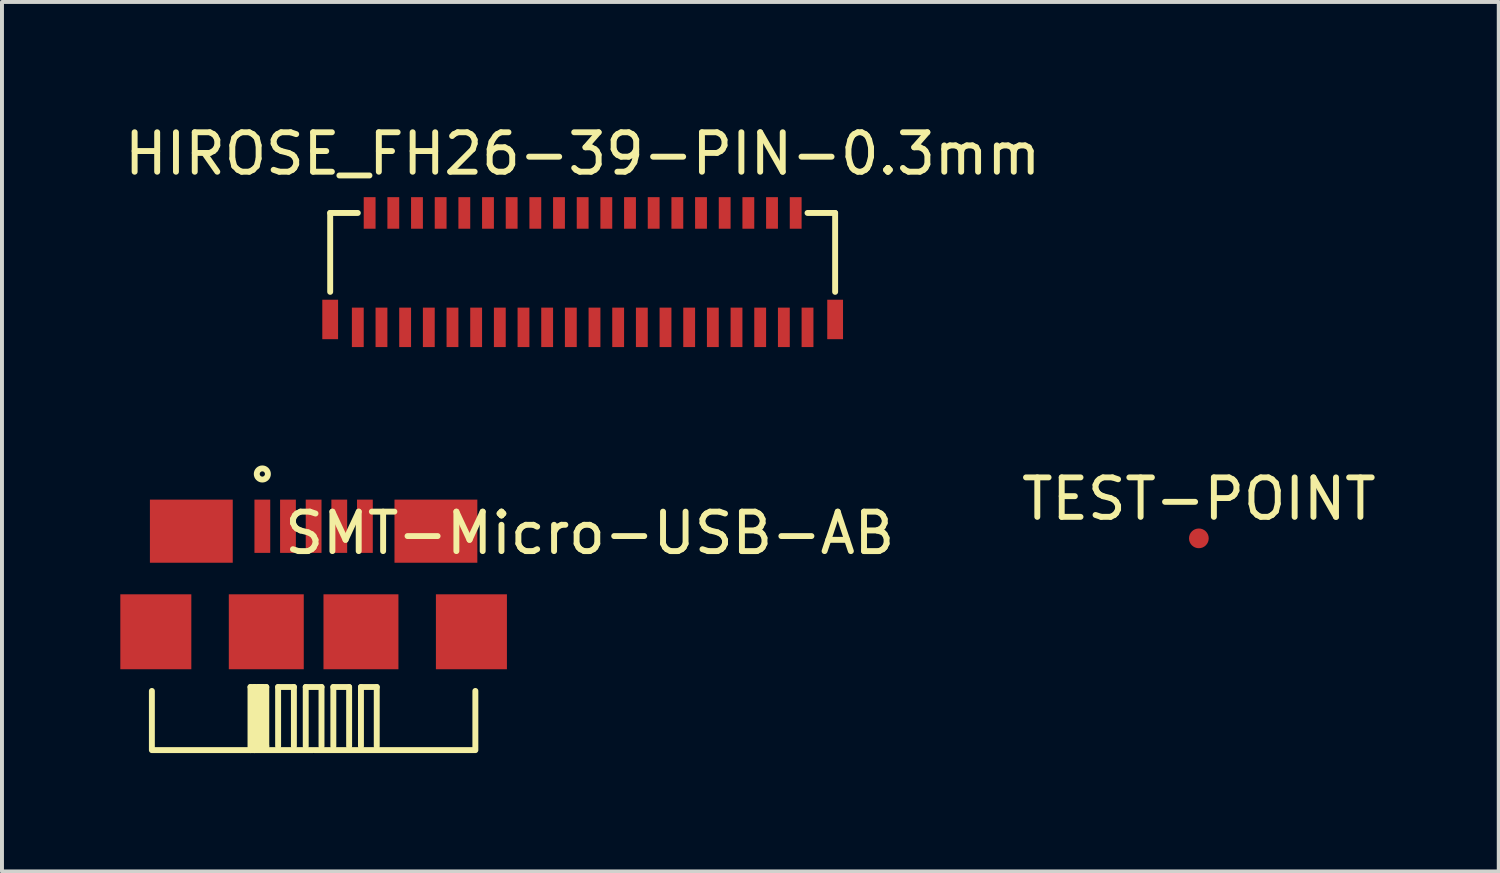
<source format=kicad_pcb>
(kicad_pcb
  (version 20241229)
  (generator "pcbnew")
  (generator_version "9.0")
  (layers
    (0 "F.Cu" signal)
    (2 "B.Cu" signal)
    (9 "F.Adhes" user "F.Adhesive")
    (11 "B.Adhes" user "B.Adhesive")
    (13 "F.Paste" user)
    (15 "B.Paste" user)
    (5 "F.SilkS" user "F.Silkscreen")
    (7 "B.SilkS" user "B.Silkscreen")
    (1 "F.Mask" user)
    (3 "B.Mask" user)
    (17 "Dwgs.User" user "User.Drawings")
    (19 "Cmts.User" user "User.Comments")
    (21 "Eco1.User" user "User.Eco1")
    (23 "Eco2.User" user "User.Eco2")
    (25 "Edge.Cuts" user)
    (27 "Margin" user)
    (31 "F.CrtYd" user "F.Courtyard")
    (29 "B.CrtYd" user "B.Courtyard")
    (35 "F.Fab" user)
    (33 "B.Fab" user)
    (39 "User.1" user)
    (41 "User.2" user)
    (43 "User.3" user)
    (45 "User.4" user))
  (footprint "TEST-POINT"
    (layer "F.Cu")
    (at 27.34 10.597)
    (property "Reference" "TEST-POINT" (at 0 -1 0) (layer "F.SilkS") (effects (font (size 1 1) (thickness 0.15))))
    (attr through_hole)
    (pad "1" smd circle (at 0 0) (size 0.5 0.5) (layers "F.Cu" "F.Mask" "F.Paste")))
  (footprint "HIROSE_FH26-39-PIN-0.3mm"
    (layer "F.Cu")
    (at 11.72 3.748)
    (property "Reference" "HIROSE_FH26-39-PIN-0.3mm" (at 0 -2.9 0) (layer "F.SilkS") (effects (font (size 1 1) (thickness 0.15))))
    (attr through_hole)
    (fp_line (start -6.4 -1.4) (end -6.4 0.6) (stroke (width 0.15) (type solid)) (layer "F.SilkS"))
    (fp_line (start -5.7 -1.4) (end -6.4 -1.4) (stroke (width 0.15) (type solid)) (layer "F.SilkS"))
    (fp_line (start 5.7 -1.4) (end 6.4 -1.4) (stroke (width 0.15) (type solid)) (layer "F.SilkS"))
    (fp_line (start 6.4 -1.4) (end 6.4 0.6) (stroke (width 0.15) (type solid)) (layer "F.SilkS"))
    (pad "" smd rect (at -6.4 1.3) (size 0.4 1) (layers "F.Cu" "F.Mask" "F.Paste"))
    (pad "" smd rect (at 6.4 1.3) (size 0.4 1) (layers "F.Cu" "F.Mask" "F.Paste"))
    (pad "1" smd rect (at -5.7 1.5) (size 0.3 1) (layers "F.Cu" "F.Mask" "F.Paste"))
    (pad "2" smd rect (at -5.4 -1.4) (size 0.3 0.8) (layers "F.Cu" "F.Mask" "F.Paste"))
    (pad "3" smd rect (at -5.1 1.5) (size 0.3 1) (layers "F.Cu" "F.Mask" "F.Paste"))
    (pad "4" smd rect (at -4.8 -1.4) (size 0.3 0.8) (layers "F.Cu" "F.Mask" "F.Paste"))
    (pad "5" smd rect (at -4.5 1.5) (size 0.3 1) (layers "F.Cu" "F.Mask" "F.Paste"))
    (pad "6" smd rect (at -4.2 -1.4) (size 0.3 0.8) (layers "F.Cu" "F.Mask" "F.Paste"))
    (pad "7" smd rect (at -3.9 1.5) (size 0.3 1) (layers "F.Cu" "F.Mask" "F.Paste"))
    (pad "8" smd rect (at -3.6 -1.4) (size 0.3 0.8) (layers "F.Cu" "F.Mask" "F.Paste"))
    (pad "9" smd rect (at -3.3 1.5) (size 0.3 1) (layers "F.Cu" "F.Mask" "F.Paste"))
    (pad "10" smd rect (at -3 -1.4) (size 0.3 0.8) (layers "F.Cu" "F.Mask" "F.Paste"))
    (pad "11" smd rect (at -2.7 1.5) (size 0.3 1) (layers "F.Cu" "F.Mask" "F.Paste"))
    (pad "12" smd rect (at -2.4 -1.4) (size 0.3 0.8) (layers "F.Cu" "F.Mask" "F.Paste"))
    (pad "13" smd rect (at -2.1 1.5) (size 0.3 1) (layers "F.Cu" "F.Mask" "F.Paste"))
    (pad "14" smd rect (at -1.8 -1.4) (size 0.3 0.8) (layers "F.Cu" "F.Mask" "F.Paste"))
    (pad "15" smd rect (at -1.5 1.5) (size 0.3 1) (layers "F.Cu" "F.Mask" "F.Paste"))
    (pad "16" smd rect (at -1.2 -1.4) (size 0.3 0.8) (layers "F.Cu" "F.Mask" "F.Paste"))
    (pad "17" smd rect (at -0.9 1.5) (size 0.3 1) (layers "F.Cu" "F.Mask" "F.Paste"))
    (pad "18" smd rect (at -0.6 -1.4) (size 0.3 0.8) (layers "F.Cu" "F.Mask" "F.Paste"))
    (pad "19" smd rect (at -0.3 1.5) (size 0.3 1) (layers "F.Cu" "F.Mask" "F.Paste"))
    (pad "20" smd rect (at 0 -1.4) (size 0.3 0.8) (layers "F.Cu" "F.Mask" "F.Paste"))
    (pad "21" smd rect (at 0.3 1.5) (size 0.3 1) (layers "F.Cu" "F.Mask" "F.Paste"))
    (pad "22" smd rect (at 0.6 -1.4) (size 0.3 0.8) (layers "F.Cu" "F.Mask" "F.Paste"))
    (pad "23" smd rect (at 0.9 1.5) (size 0.3 1) (layers "F.Cu" "F.Mask" "F.Paste"))
    (pad "24" smd rect (at 1.2 -1.4) (size 0.3 0.8) (layers "F.Cu" "F.Mask" "F.Paste"))
    (pad "25" smd rect (at 1.5 1.5) (size 0.3 1) (layers "F.Cu" "F.Mask" "F.Paste"))
    (pad "26" smd rect (at 1.8 -1.4) (size 0.3 0.8) (layers "F.Cu" "F.Mask" "F.Paste"))
    (pad "27" smd rect (at 2.1 1.5) (size 0.3 1) (layers "F.Cu" "F.Mask" "F.Paste"))
    (pad "28" smd rect (at 2.4 -1.4) (size 0.3 0.8) (layers "F.Cu" "F.Mask" "F.Paste"))
    (pad "29" smd rect (at 2.7 1.5) (size 0.3 1) (layers "F.Cu" "F.Mask" "F.Paste"))
    (pad "30" smd rect (at 3 -1.4) (size 0.3 0.8) (layers "F.Cu" "F.Mask" "F.Paste"))
    (pad "31" smd rect (at 3.3 1.5) (size 0.3 1) (layers "F.Cu" "F.Mask" "F.Paste"))
    (pad "32" smd rect (at 3.6 -1.4) (size 0.3 0.8) (layers "F.Cu" "F.Mask" "F.Paste"))
    (pad "33" smd rect (at 3.9 1.5) (size 0.3 1) (layers "F.Cu" "F.Mask" "F.Paste"))
    (pad "34" smd rect (at 4.2 -1.4) (size 0.3 0.8) (layers "F.Cu" "F.Mask" "F.Paste"))
    (pad "35" smd rect (at 4.5 1.5) (size 0.3 1) (layers "F.Cu" "F.Mask" "F.Paste"))
    (pad "36" smd rect (at 4.8 -1.4) (size 0.3 0.8) (layers "F.Cu" "F.Mask" "F.Paste"))
    (pad "37" smd rect (at 5.1 1.5) (size 0.3 1) (layers "F.Cu" "F.Mask" "F.Paste"))
    (pad "38" smd rect (at 5.4 -1.4) (size 0.3 0.8) (layers "F.Cu" "F.Mask" "F.Paste"))
    (pad "39" smd rect (at 5.7 1.5) (size 0.3 1) (layers "F.Cu" "F.Mask" "F.Paste")))
  (footprint "SMT-Micro-USB-AB"
    (layer "F.Cu")
    (at 4.9 12.965)
    (property "Reference" "SMT-Micro-USB-AB" (at 7 -2.5 0) (layer "F.SilkS") (effects (font (size 1 1) (thickness 0.15))))
    (attr through_hole)
    (fp_line (start -4.1 3) (end -4.1 1.5) (stroke (width 0.15) (type solid)) (layer "F.SilkS"))
    (fp_line (start -1.6 1.4) (end -1.6 3) (stroke (width 0.15) (type solid)) (layer "F.SilkS"))
    (fp_line (start -1.6 1.4) (end -1.2 1.4) (stroke (width 0.15) (type solid)) (layer "F.SilkS"))
    (fp_line (start -1.5 1.4) (end -1.5 2.8) (stroke (width 0.15) (type solid)) (layer "F.SilkS"))
    (fp_line (start -1.5 2.8) (end -1.3 2.8) (stroke (width 0.15) (type solid)) (layer "F.SilkS"))
    (fp_line (start -1.5 3) (end -1.5 1.4) (stroke (width 0.15) (type solid)) (layer "F.SilkS"))
    (fp_line (start -1.4 1.4) (end -1.4 2.7) (stroke (width 0.15) (type solid)) (layer "F.SilkS"))
    (fp_line (start -1.3 1.4) (end -1.4 1.4) (stroke (width 0.15) (type solid)) (layer "F.SilkS"))
    (fp_line (start -1.3 2.8) (end -1.3 1.4) (stroke (width 0.15) (type solid)) (layer "F.SilkS"))
    (fp_line (start -1.2 1.4) (end -1.2 2.9) (stroke (width 0.15) (type solid)) (layer "F.SilkS"))
    (fp_line (start -1.2 2.9) (end -1.5 2.9) (stroke (width 0.15) (type solid)) (layer "F.SilkS"))
    (fp_line (start -0.9 1.4) (end -0.5 1.4) (stroke (width 0.15) (type solid)) (layer "F.SilkS"))
    (fp_line (start -0.9 2.9) (end -0.9 1.4) (stroke (width 0.15) (type solid)) (layer "F.SilkS"))
    (fp_line (start -0.5 1.4) (end -0.5 2.9) (stroke (width 0.15) (type solid)) (layer "F.SilkS"))
    (fp_line (start -0.2 1.4) (end 0.2 1.4) (stroke (width 0.15) (type solid)) (layer "F.SilkS"))
    (fp_line (start -0.2 2.9) (end -0.2 1.4) (stroke (width 0.15) (type solid)) (layer "F.SilkS"))
    (fp_line (start -0.025 3) (end -4.075 3) (stroke (width 0.15) (type solid)) (layer "F.SilkS"))
    (fp_line (start 0.025 3) (end 4.075 3) (stroke (width 0.15) (type solid)) (layer "F.SilkS"))
    (fp_line (start 0.2 1.4) (end 0.2 2.9) (stroke (width 0.15) (type solid)) (layer "F.SilkS"))
    (fp_line (start 0.5 1.4) (end 0.9 1.4) (stroke (width 0.15) (type solid)) (layer "F.SilkS"))
    (fp_line (start 0.5 2.9) (end 0.5 1.4) (stroke (width 0.15) (type solid)) (layer "F.SilkS"))
    (fp_line (start 0.9 1.4) (end 0.9 2.9) (stroke (width 0.15) (type solid)) (layer "F.SilkS"))
    (fp_line (start 1.2 1.4) (end 1.6 1.4) (stroke (width 0.15) (type solid)) (layer "F.SilkS"))
    (fp_line (start 1.2 2.9) (end 1.2 1.4) (stroke (width 0.15) (type solid)) (layer "F.SilkS"))
    (fp_line (start 1.6 1.4) (end 1.6 2.9) (stroke (width 0.15) (type solid)) (layer "F.SilkS"))
    (fp_line (start 4.1 3) (end 4.1 1.5) (stroke (width 0.15) (type solid)) (layer "F.SilkS"))
    (fp_circle (center -1.3 -4) (end -1.4 -4.1) (stroke (width 0.15) (type solid)) (fill no) (layer "F.SilkS"))
    (pad "" smd rect (at -4 0) (size 1.8 1.9) (layers "F.Cu" "F.Mask" "F.Paste"))
    (pad "" smd rect (at -3.1 -2.55) (size 2.1 1.6) (layers "F.Cu" "F.Mask" "F.Paste"))
    (pad "" smd rect (at -1.2 0) (size 1.9 1.9) (layers "F.Cu" "F.Mask" "F.Paste"))
    (pad "" smd rect (at 1.2 0) (size 1.9 1.9) (layers "F.Cu" "F.Mask" "F.Paste"))
    (pad "" smd rect (at 3.1 -2.55) (size 2.1 1.6) (layers "F.Cu" "F.Mask" "F.Paste"))
    (pad "" smd rect (at 4 0) (size 1.8 1.9) (layers "F.Cu" "F.Mask" "F.Paste"))
    (pad "1" smd rect (at -1.3 -2.675) (size 0.4 1.35) (layers "F.Cu" "F.Mask" "F.Paste"))
    (pad "2" smd rect (at -0.65 -2.675) (size 0.4 1.35) (layers "F.Cu" "F.Mask" "F.Paste"))
    (pad "3" smd rect (at 0 -2.675) (size 0.4 1.35) (layers "F.Cu" "F.Mask" "F.Paste"))
    (pad "4" smd rect (at 0.65 -2.675) (size 0.4 1.35) (layers "F.Cu" "F.Mask" "F.Paste"))
    (pad "5" smd rect (at 1.3 -2.675) (size 0.4 1.35) (layers "F.Cu" "F.Mask" "F.Paste")))
  (gr_rect
    (start -3 -3)
    (end 34.942 19.04)
    (stroke (width 0.1) (type default))
    (fill no)
    (layer "Edge.Cuts")))
</source>
